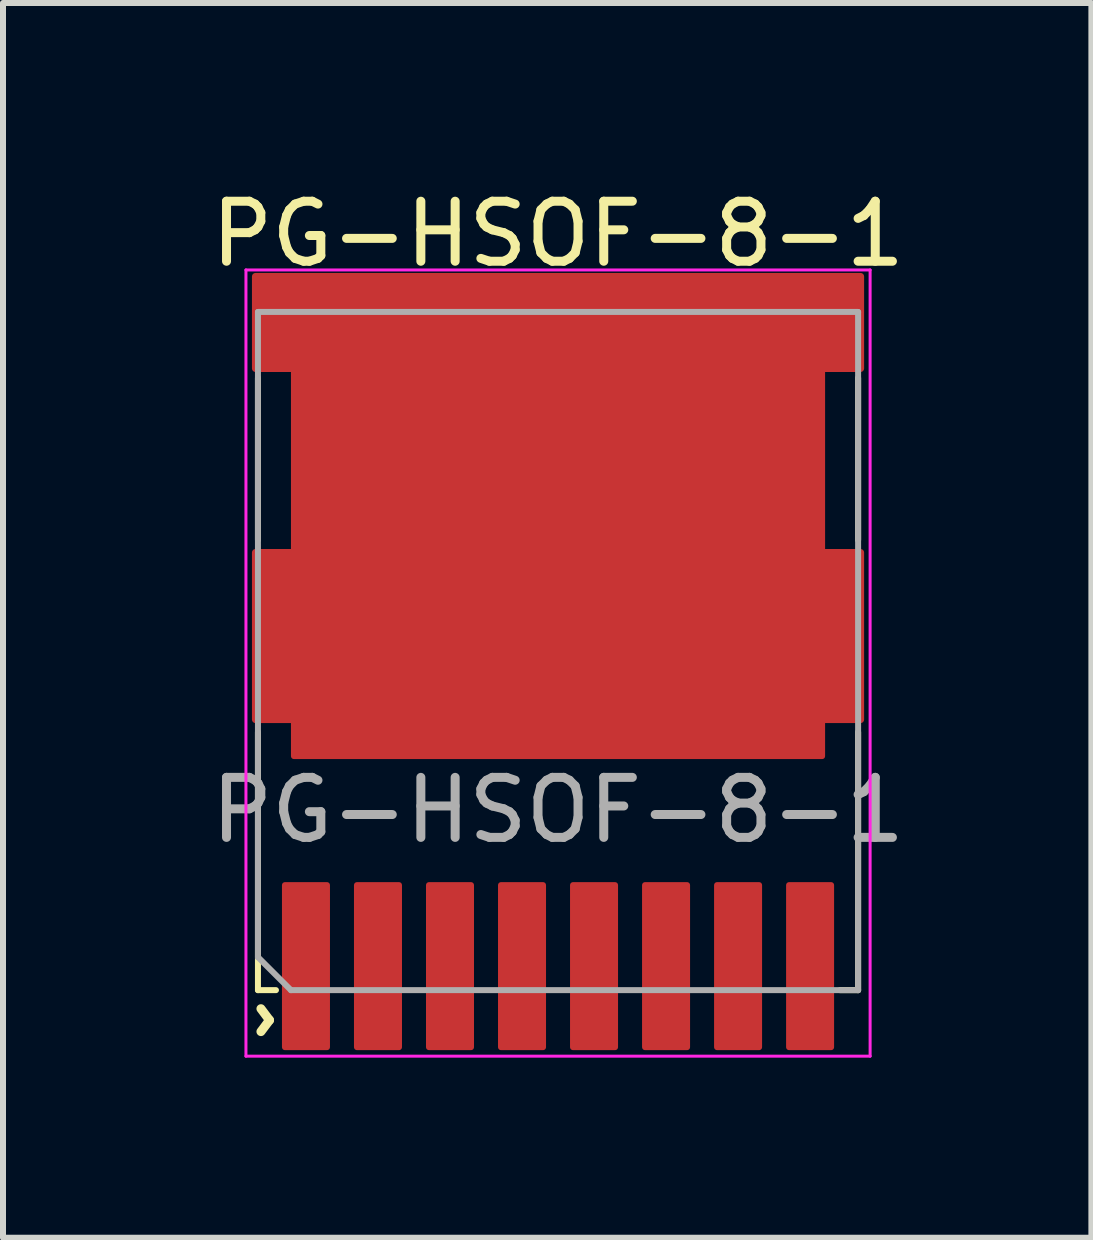
<source format=kicad_pcb>
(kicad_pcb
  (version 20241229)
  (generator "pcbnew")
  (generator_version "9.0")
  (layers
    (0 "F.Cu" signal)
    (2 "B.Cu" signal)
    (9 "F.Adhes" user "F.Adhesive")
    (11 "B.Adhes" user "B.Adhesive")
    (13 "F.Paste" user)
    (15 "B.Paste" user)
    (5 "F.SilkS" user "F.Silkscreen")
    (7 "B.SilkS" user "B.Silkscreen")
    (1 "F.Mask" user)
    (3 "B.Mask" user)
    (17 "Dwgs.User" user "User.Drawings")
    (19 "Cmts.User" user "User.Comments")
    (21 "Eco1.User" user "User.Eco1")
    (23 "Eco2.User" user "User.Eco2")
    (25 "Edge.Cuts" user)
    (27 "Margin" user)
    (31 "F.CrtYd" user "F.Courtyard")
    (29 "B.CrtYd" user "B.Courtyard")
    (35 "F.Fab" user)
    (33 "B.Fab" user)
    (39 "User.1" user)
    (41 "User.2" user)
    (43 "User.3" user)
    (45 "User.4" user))
  (footprint "PG-HSOF-8-1"
    (layer "F.Cu")
    (at 6.248 8.148)
    (property "Reference" "PG-HSOF-8-1" (at 0 -7.3 0) (unlocked yes) (layer "F.SilkS") (effects (font (size 1 1) (thickness 0.15))))
    (attr smd)
    (fp_line (start -5 -4.9) (end -5 -2.2) (stroke (width 0.1) (type solid)) (layer "F.SilkS"))
    (fp_line (start -5 1) (end -5 5.3) (stroke (width 0.1) (type solid)) (layer "F.SilkS"))
    (fp_line (start -5 5.3) (end -4.7 5.3) (stroke (width 0.1) (type solid)) (layer "F.SilkS"))
    (fp_line (start 4.7 5.3) (end 5 5.3) (stroke (width 0.1) (type solid)) (layer "F.SilkS"))
    (fp_line (start 5 -4.9) (end 5 -2.2) (stroke (width 0.1) (type solid)) (layer "F.SilkS"))
    (fp_line (start 5 5.3) (end 5 1) (stroke (width 0.1) (type solid)) (layer "F.SilkS"))
    (fp_line (start -5.2 -6.7) (end -5.2 6.4) (stroke (width 0.05) (type solid)) (layer "F.CrtYd"))
    (fp_line (start -5.2 -6.7) (end 5.2 -6.7) (stroke (width 0.05) (type solid)) (layer "F.CrtYd"))
    (fp_line (start 5.2 -6.7) (end 5.2 6.4) (stroke (width 0.05) (type solid)) (layer "F.CrtYd"))
    (fp_line (start 5.2 6.4) (end -5.2 6.4) (stroke (width 0.05) (type solid)) (layer "F.CrtYd"))
    (fp_line (start -5 4.75) (end -5 -6) (stroke (width 0.1) (type solid)) (layer "F.Fab"))
    (fp_line (start -4.45 5.3) (end -5 4.75) (stroke (width 0.1) (type solid)) (layer "F.Fab"))
    (fp_line (start 5 -6) (end -5 -6) (stroke (width 0.1) (type solid)) (layer "F.Fab"))
    (fp_line (start 5 5.3) (end -4.45 5.3) (stroke (width 0.1) (type solid)) (layer "F.Fab"))
    (fp_line (start 5 5.3) (end 5 -6) (stroke (width 0.1) (type solid)) (layer "F.Fab"))
    (fp_text user "^" (at -5.4 5.8 270) (unlocked yes) (layer "F.SilkS") (effects (font (size 1 1) (thickness 0.15))))
    (fp_text user "${REFERENCE}" (at 0 2.3 0) (unlocked yes) (layer "F.Fab") (effects (font (size 1 1) (thickness 0.15))))
    (pad "" smd roundrect (at -2.15 -5.25 90) (size 2.1 3.4) (layers "F.Paste") (roundrect_rratio 0.024))
    (pad "" smd roundrect (at -2.15 -2.5 90) (size 2.1 3.4) (layers "F.Paste") (roundrect_rratio 0.024))
    (pad "" smd roundrect (at -2.15 0.25 90) (size 2.1 3.4) (layers "F.Paste") (roundrect_rratio 0.024))
    (pad "" smd roundrect (at 2.15 -5.25 90) (size 2.1 3.4) (layers "F.Paste") (roundrect_rratio 0.024))
    (pad "" smd roundrect (at 2.15 -2.5 90) (size 2.1 3.4) (layers "F.Paste") (roundrect_rratio 0.024))
    (pad "" smd roundrect (at 2.15 0.25 90) (size 2.1 3.4) (layers "F.Paste") (roundrect_rratio 0.024))
    (pad "1" smd roundrect (at -4.2 4.9) (size 0.8 2.8) (layers "F.Cu" "F.Mask" "F.Paste") (roundrect_rratio 0.062))
    (pad "2" smd roundrect (at -3 4.9) (size 0.8 2.8) (layers "F.Cu" "F.Mask" "F.Paste") (roundrect_rratio 0.062))
    (pad "2" smd roundrect (at -1.8 4.9) (size 0.8 2.8) (layers "F.Cu" "F.Mask" "F.Paste") (roundrect_rratio 0.062))
    (pad "2" smd roundrect (at -0.6 4.9) (size 0.8 2.8) (layers "F.Cu" "F.Mask" "F.Paste") (roundrect_rratio 0.062))
    (pad "2" smd roundrect (at 0.6 4.9) (size 0.8 2.8) (layers "F.Cu" "F.Mask" "F.Paste") (roundrect_rratio 0.062))
    (pad "2" smd roundrect (at 1.8 4.9) (size 0.8 2.8) (layers "F.Cu" "F.Mask" "F.Paste") (roundrect_rratio 0.062))
    (pad "2" smd roundrect (at 3 4.9) (size 0.8 2.8) (layers "F.Cu" "F.Mask" "F.Paste") (roundrect_rratio 0.062))
    (pad "2" smd roundrect (at 4.2 4.9) (size 0.8 2.8) (layers "F.Cu" "F.Mask" "F.Paste") (roundrect_rratio 0.062))
    (pad "3" smd roundrect (at -4.725 -5.825) (size 0.75 1.65) (layers "F.Cu" "F.Mask" "F.Paste") (roundrect_rratio 0.077))
    (pad "3" smd roundrect (at -4.725 -0.6) (size 0.75 2.9) (layers "F.Cu" "F.Mask" "F.Paste") (roundrect_rratio 0.077))
    (pad "3" smd roundrect (at 0 -2.6) (size 8.9 8.1) (layers "F.Cu" "F.Mask") (roundrect_rratio 0.006))
    (pad "3" smd roundrect (at 4.725 -5.825) (size 0.75 1.65) (layers "F.Cu" "F.Mask" "F.Paste") (roundrect_rratio 0.077))
    (pad "3" smd roundrect (at 4.725 -0.6) (size 0.75 2.9) (layers "F.Cu" "F.Mask" "F.Paste") (roundrect_rratio 0.077)))
  (gr_rect
    (start -3 -3)
    (end 15.135 17.573)
    (stroke (width 0.1) (type default))
    (fill no)
    (layer "Edge.Cuts")))
</source>
